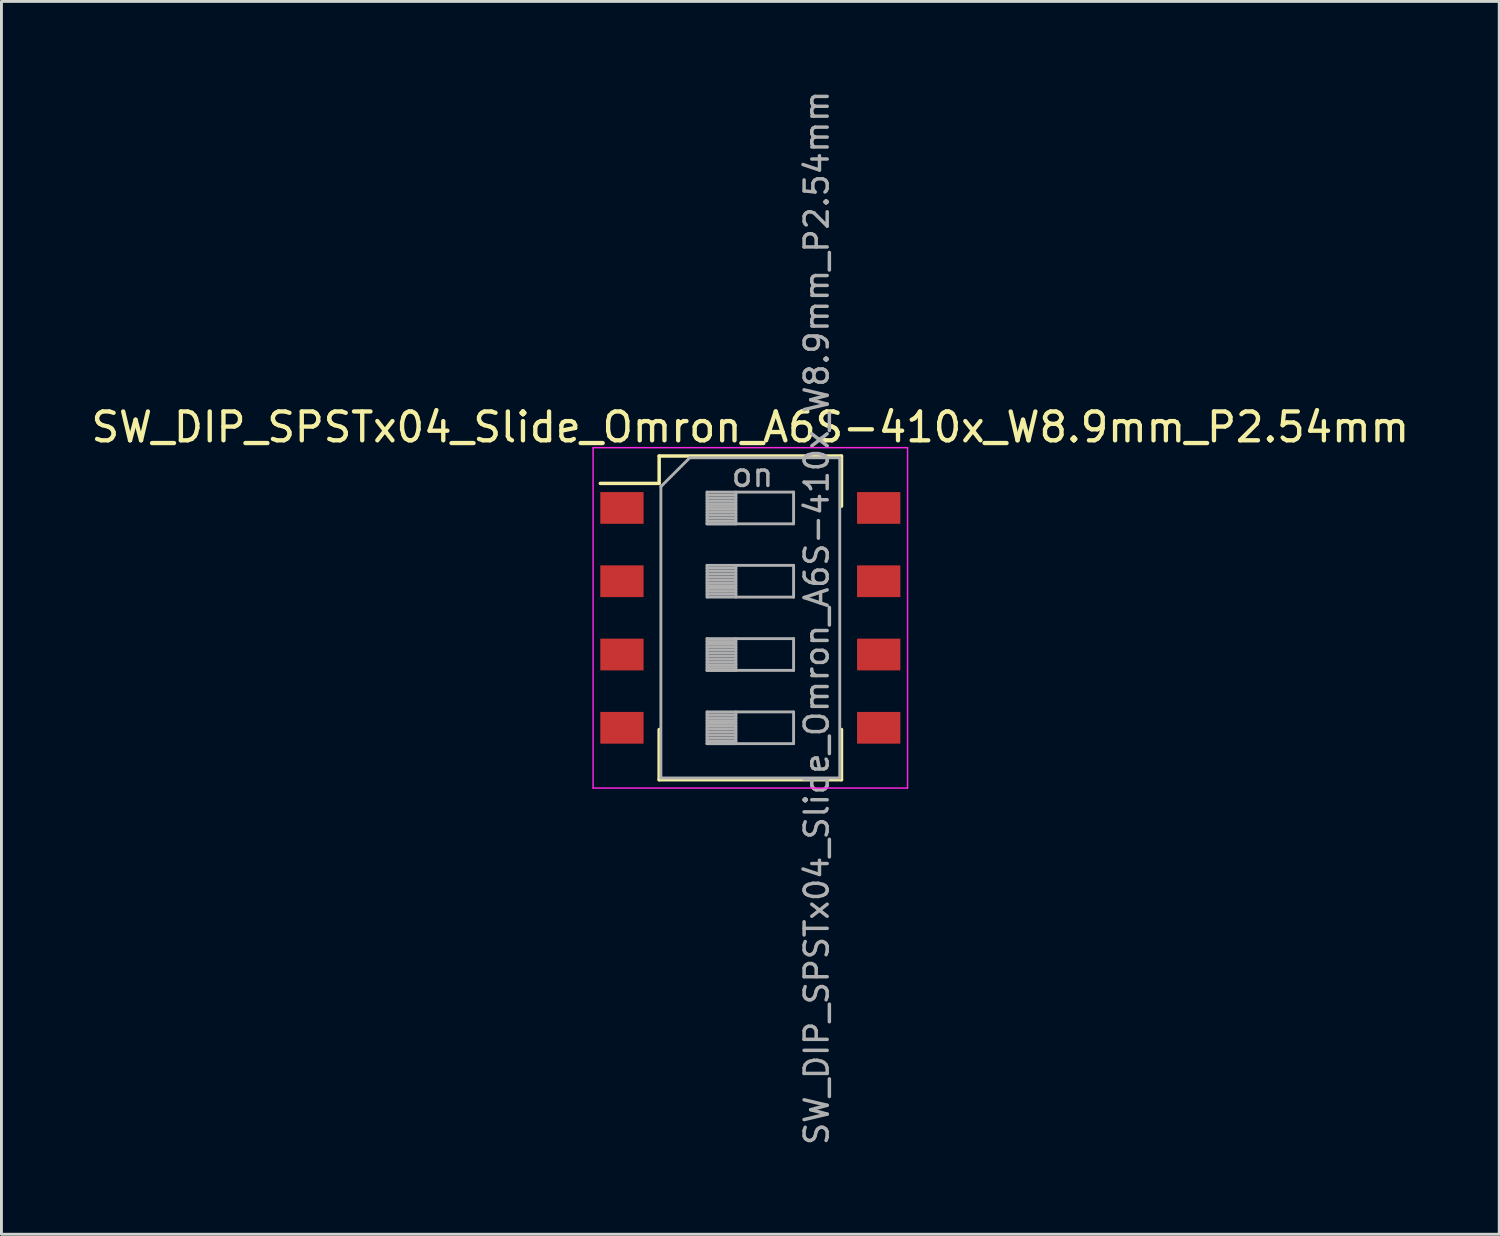
<source format=kicad_pcb>
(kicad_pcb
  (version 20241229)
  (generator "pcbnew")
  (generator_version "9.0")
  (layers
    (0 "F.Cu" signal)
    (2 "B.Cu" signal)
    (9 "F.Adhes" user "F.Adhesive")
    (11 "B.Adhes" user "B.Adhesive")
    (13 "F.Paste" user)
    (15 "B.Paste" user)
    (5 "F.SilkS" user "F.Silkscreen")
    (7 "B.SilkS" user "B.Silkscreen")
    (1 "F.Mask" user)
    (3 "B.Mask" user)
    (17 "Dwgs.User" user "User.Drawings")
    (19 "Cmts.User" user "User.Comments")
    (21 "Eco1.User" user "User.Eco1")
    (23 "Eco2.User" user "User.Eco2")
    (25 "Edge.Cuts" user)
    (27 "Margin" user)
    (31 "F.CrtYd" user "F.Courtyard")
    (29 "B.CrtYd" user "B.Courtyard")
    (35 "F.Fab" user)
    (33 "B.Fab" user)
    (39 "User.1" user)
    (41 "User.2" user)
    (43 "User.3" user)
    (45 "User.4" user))
  (footprint "SW_DIP_SPSTx04_Slide_Omron_A6S-410x_W8.9mm_P2.54mm"
    (layer "F.Cu")
    (at 22.958 18.367)
    (property "Reference" "SW_DIP_SPSTx04_Slide_Omron_A6S-410x_W8.9mm_P2.54mm" (at 0 -6.61 0) (layer "F.SilkS") (effects (font (size 1 1) (thickness 0.15))))
    (attr smd)
    (fp_line (start -5.2 -4.661) (end -3.16 -4.661) (stroke (width 0.12) (type solid)) (layer "F.SilkS"))
    (fp_line (start -3.16 -5.61) (end -3.16 -4.661) (stroke (width 0.12) (type solid)) (layer "F.SilkS"))
    (fp_line (start -3.16 -5.61) (end 3.16 -5.61) (stroke (width 0.12) (type solid)) (layer "F.SilkS"))
    (fp_line (start -3.16 3.87) (end -3.16 5.61) (stroke (width 0.12) (type solid)) (layer "F.SilkS"))
    (fp_line (start -3.16 5.61) (end 3.16 5.61) (stroke (width 0.12) (type solid)) (layer "F.SilkS"))
    (fp_line (start 3.16 -5.61) (end 3.16 -3.871) (stroke (width 0.12) (type solid)) (layer "F.SilkS"))
    (fp_line (start 3.16 3.87) (end 3.16 5.61) (stroke (width 0.12) (type solid)) (layer "F.SilkS"))
    (fp_line (start -5.45 -5.9) (end -5.45 5.9) (stroke (width 0.05) (type solid)) (layer "F.CrtYd"))
    (fp_line (start -5.45 5.9) (end 5.45 5.9) (stroke (width 0.05) (type solid)) (layer "F.CrtYd"))
    (fp_line (start 5.45 -5.9) (end -5.45 -5.9) (stroke (width 0.05) (type solid)) (layer "F.CrtYd"))
    (fp_line (start 5.45 5.9) (end 5.45 -5.9) (stroke (width 0.05) (type solid)) (layer "F.CrtYd"))
    (fp_line (start -3.1 -4.55) (end -2.1 -5.55) (stroke (width 0.1) (type solid)) (layer "F.Fab"))
    (fp_line (start -3.1 5.55) (end -3.1 -4.55) (stroke (width 0.1) (type solid)) (layer "F.Fab"))
    (fp_line (start -2.1 -5.55) (end 3.1 -5.55) (stroke (width 0.1) (type solid)) (layer "F.Fab"))
    (fp_line (start -1.5 -4.36) (end -1.5 -3.26) (stroke (width 0.1) (type solid)) (layer "F.Fab"))
    (fp_line (start -1.5 -4.26) (end -0.5 -4.26) (stroke (width 0.1) (type solid)) (layer "F.Fab"))
    (fp_line (start -1.5 -4.16) (end -0.5 -4.16) (stroke (width 0.1) (type solid)) (layer "F.Fab"))
    (fp_line (start -1.5 -4.06) (end -0.5 -4.06) (stroke (width 0.1) (type solid)) (layer "F.Fab"))
    (fp_line (start -1.5 -3.96) (end -0.5 -3.96) (stroke (width 0.1) (type solid)) (layer "F.Fab"))
    (fp_line (start -1.5 -3.86) (end -0.5 -3.86) (stroke (width 0.1) (type solid)) (layer "F.Fab"))
    (fp_line (start -1.5 -3.76) (end -0.5 -3.76) (stroke (width 0.1) (type solid)) (layer "F.Fab"))
    (fp_line (start -1.5 -3.66) (end -0.5 -3.66) (stroke (width 0.1) (type solid)) (layer "F.Fab"))
    (fp_line (start -1.5 -3.56) (end -0.5 -3.56) (stroke (width 0.1) (type solid)) (layer "F.Fab"))
    (fp_line (start -1.5 -3.46) (end -0.5 -3.46) (stroke (width 0.1) (type solid)) (layer "F.Fab"))
    (fp_line (start -1.5 -3.36) (end -0.5 -3.36) (stroke (width 0.1) (type solid)) (layer "F.Fab"))
    (fp_line (start -1.5 -3.26) (end -0.5 -3.26) (stroke (width 0.1) (type solid)) (layer "F.Fab"))
    (fp_line (start -1.5 -3.26) (end 1.5 -3.26) (stroke (width 0.1) (type solid)) (layer "F.Fab"))
    (fp_line (start -1.5 -1.82) (end -1.5 -0.72) (stroke (width 0.1) (type solid)) (layer "F.Fab"))
    (fp_line (start -1.5 -1.72) (end -0.5 -1.72) (stroke (width 0.1) (type solid)) (layer "F.Fab"))
    (fp_line (start -1.5 -1.62) (end -0.5 -1.62) (stroke (width 0.1) (type solid)) (layer "F.Fab"))
    (fp_line (start -1.5 -1.52) (end -0.5 -1.52) (stroke (width 0.1) (type solid)) (layer "F.Fab"))
    (fp_line (start -1.5 -1.42) (end -0.5 -1.42) (stroke (width 0.1) (type solid)) (layer "F.Fab"))
    (fp_line (start -1.5 -1.32) (end -0.5 -1.32) (stroke (width 0.1) (type solid)) (layer "F.Fab"))
    (fp_line (start -1.5 -1.22) (end -0.5 -1.22) (stroke (width 0.1) (type solid)) (layer "F.Fab"))
    (fp_line (start -1.5 -1.12) (end -0.5 -1.12) (stroke (width 0.1) (type solid)) (layer "F.Fab"))
    (fp_line (start -1.5 -1.02) (end -0.5 -1.02) (stroke (width 0.1) (type solid)) (layer "F.Fab"))
    (fp_line (start -1.5 -0.92) (end -0.5 -0.92) (stroke (width 0.1) (type solid)) (layer "F.Fab"))
    (fp_line (start -1.5 -0.82) (end -0.5 -0.82) (stroke (width 0.1) (type solid)) (layer "F.Fab"))
    (fp_line (start -1.5 -0.72) (end 1.5 -0.72) (stroke (width 0.1) (type solid)) (layer "F.Fab"))
    (fp_line (start -1.5 0.72) (end -1.5 1.82) (stroke (width 0.1) (type solid)) (layer "F.Fab"))
    (fp_line (start -1.5 0.82) (end -0.5 0.82) (stroke (width 0.1) (type solid)) (layer "F.Fab"))
    (fp_line (start -1.5 0.92) (end -0.5 0.92) (stroke (width 0.1) (type solid)) (layer "F.Fab"))
    (fp_line (start -1.5 1.02) (end -0.5 1.02) (stroke (width 0.1) (type solid)) (layer "F.Fab"))
    (fp_line (start -1.5 1.12) (end -0.5 1.12) (stroke (width 0.1) (type solid)) (layer "F.Fab"))
    (fp_line (start -1.5 1.22) (end -0.5 1.22) (stroke (width 0.1) (type solid)) (layer "F.Fab"))
    (fp_line (start -1.5 1.32) (end -0.5 1.32) (stroke (width 0.1) (type solid)) (layer "F.Fab"))
    (fp_line (start -1.5 1.42) (end -0.5 1.42) (stroke (width 0.1) (type solid)) (layer "F.Fab"))
    (fp_line (start -1.5 1.52) (end -0.5 1.52) (stroke (width 0.1) (type solid)) (layer "F.Fab"))
    (fp_line (start -1.5 1.62) (end -0.5 1.62) (stroke (width 0.1) (type solid)) (layer "F.Fab"))
    (fp_line (start -1.5 1.72) (end -0.5 1.72) (stroke (width 0.1) (type solid)) (layer "F.Fab"))
    (fp_line (start -1.5 1.82) (end -0.5 1.82) (stroke (width 0.1) (type solid)) (layer "F.Fab"))
    (fp_line (start -1.5 1.82) (end 1.5 1.82) (stroke (width 0.1) (type solid)) (layer "F.Fab"))
    (fp_line (start -1.5 3.26) (end -1.5 4.36) (stroke (width 0.1) (type solid)) (layer "F.Fab"))
    (fp_line (start -1.5 3.36) (end -0.5 3.36) (stroke (width 0.1) (type solid)) (layer "F.Fab"))
    (fp_line (start -1.5 3.46) (end -0.5 3.46) (stroke (width 0.1) (type solid)) (layer "F.Fab"))
    (fp_line (start -1.5 3.56) (end -0.5 3.56) (stroke (width 0.1) (type solid)) (layer "F.Fab"))
    (fp_line (start -1.5 3.66) (end -0.5 3.66) (stroke (width 0.1) (type solid)) (layer "F.Fab"))
    (fp_line (start -1.5 3.76) (end -0.5 3.76) (stroke (width 0.1) (type solid)) (layer "F.Fab"))
    (fp_line (start -1.5 3.86) (end -0.5 3.86) (stroke (width 0.1) (type solid)) (layer "F.Fab"))
    (fp_line (start -1.5 3.96) (end -0.5 3.96) (stroke (width 0.1) (type solid)) (layer "F.Fab"))
    (fp_line (start -1.5 4.06) (end -0.5 4.06) (stroke (width 0.1) (type solid)) (layer "F.Fab"))
    (fp_line (start -1.5 4.16) (end -0.5 4.16) (stroke (width 0.1) (type solid)) (layer "F.Fab"))
    (fp_line (start -1.5 4.26) (end -0.5 4.26) (stroke (width 0.1) (type solid)) (layer "F.Fab"))
    (fp_line (start -1.5 4.36) (end -0.5 4.36) (stroke (width 0.1) (type solid)) (layer "F.Fab"))
    (fp_line (start -1.5 4.36) (end 1.5 4.36) (stroke (width 0.1) (type solid)) (layer "F.Fab"))
    (fp_line (start -0.5 -4.36) (end -0.5 -3.26) (stroke (width 0.1) (type solid)) (layer "F.Fab"))
    (fp_line (start -0.5 -1.82) (end -0.5 -0.72) (stroke (width 0.1) (type solid)) (layer "F.Fab"))
    (fp_line (start -0.5 0.72) (end -0.5 1.82) (stroke (width 0.1) (type solid)) (layer "F.Fab"))
    (fp_line (start -0.5 3.26) (end -0.5 4.36) (stroke (width 0.1) (type solid)) (layer "F.Fab"))
    (fp_line (start 1.5 -4.36) (end -1.5 -4.36) (stroke (width 0.1) (type solid)) (layer "F.Fab"))
    (fp_line (start 1.5 -3.26) (end 1.5 -4.36) (stroke (width 0.1) (type solid)) (layer "F.Fab"))
    (fp_line (start 1.5 -1.82) (end -1.5 -1.82) (stroke (width 0.1) (type solid)) (layer "F.Fab"))
    (fp_line (start 1.5 -0.72) (end 1.5 -1.82) (stroke (width 0.1) (type solid)) (layer "F.Fab"))
    (fp_line (start 1.5 0.72) (end -1.5 0.72) (stroke (width 0.1) (type solid)) (layer "F.Fab"))
    (fp_line (start 1.5 1.82) (end 1.5 0.72) (stroke (width 0.1) (type solid)) (layer "F.Fab"))
    (fp_line (start 1.5 3.26) (end -1.5 3.26) (stroke (width 0.1) (type solid)) (layer "F.Fab"))
    (fp_line (start 1.5 4.36) (end 1.5 3.26) (stroke (width 0.1) (type solid)) (layer "F.Fab"))
    (fp_line (start 3.1 -5.55) (end 3.1 5.55) (stroke (width 0.1) (type solid)) (layer "F.Fab"))
    (fp_line (start 3.1 5.55) (end -3.1 5.55) (stroke (width 0.1) (type solid)) (layer "F.Fab"))
    (fp_text user "${REFERENCE}" (at 2.3 0 90) (layer "F.Fab") (effects (font (size 0.8 0.8) (thickness 0.12))))
    (fp_text user "on" (at 0.075 -4.955 0) (layer "F.Fab") (effects (font (size 0.8 0.8) (thickness 0.12))))
    (pad "1" smd rect (at -4.45 -3.81) (size 1.5 1.1) (layers "F.Cu" "F.Mask" "F.Paste"))
    (pad "2" smd rect (at -4.45 -1.27) (size 1.5 1.1) (layers "F.Cu" "F.Mask" "F.Paste"))
    (pad "3" smd rect (at -4.45 1.27) (size 1.5 1.1) (layers "F.Cu" "F.Mask" "F.Paste"))
    (pad "4" smd rect (at -4.45 3.81) (size 1.5 1.1) (layers "F.Cu" "F.Mask" "F.Paste"))
    (pad "5" smd rect (at 4.45 3.81) (size 1.5 1.1) (layers "F.Cu" "F.Mask" "F.Paste"))
    (pad "6" smd rect (at 4.45 1.27) (size 1.5 1.1) (layers "F.Cu" "F.Mask" "F.Paste"))
    (pad "7" smd rect (at 4.45 -1.27) (size 1.5 1.1) (layers "F.Cu" "F.Mask" "F.Paste"))
    (pad "8" smd rect (at 4.45 -3.81) (size 1.5 1.1) (layers "F.Cu" "F.Mask" "F.Paste")))
  (gr_rect
    (start -3 -3)
    (end 48.917 39.733)
    (stroke (width 0.1) (type default))
    (fill no)
    (layer "Edge.Cuts")))
</source>
